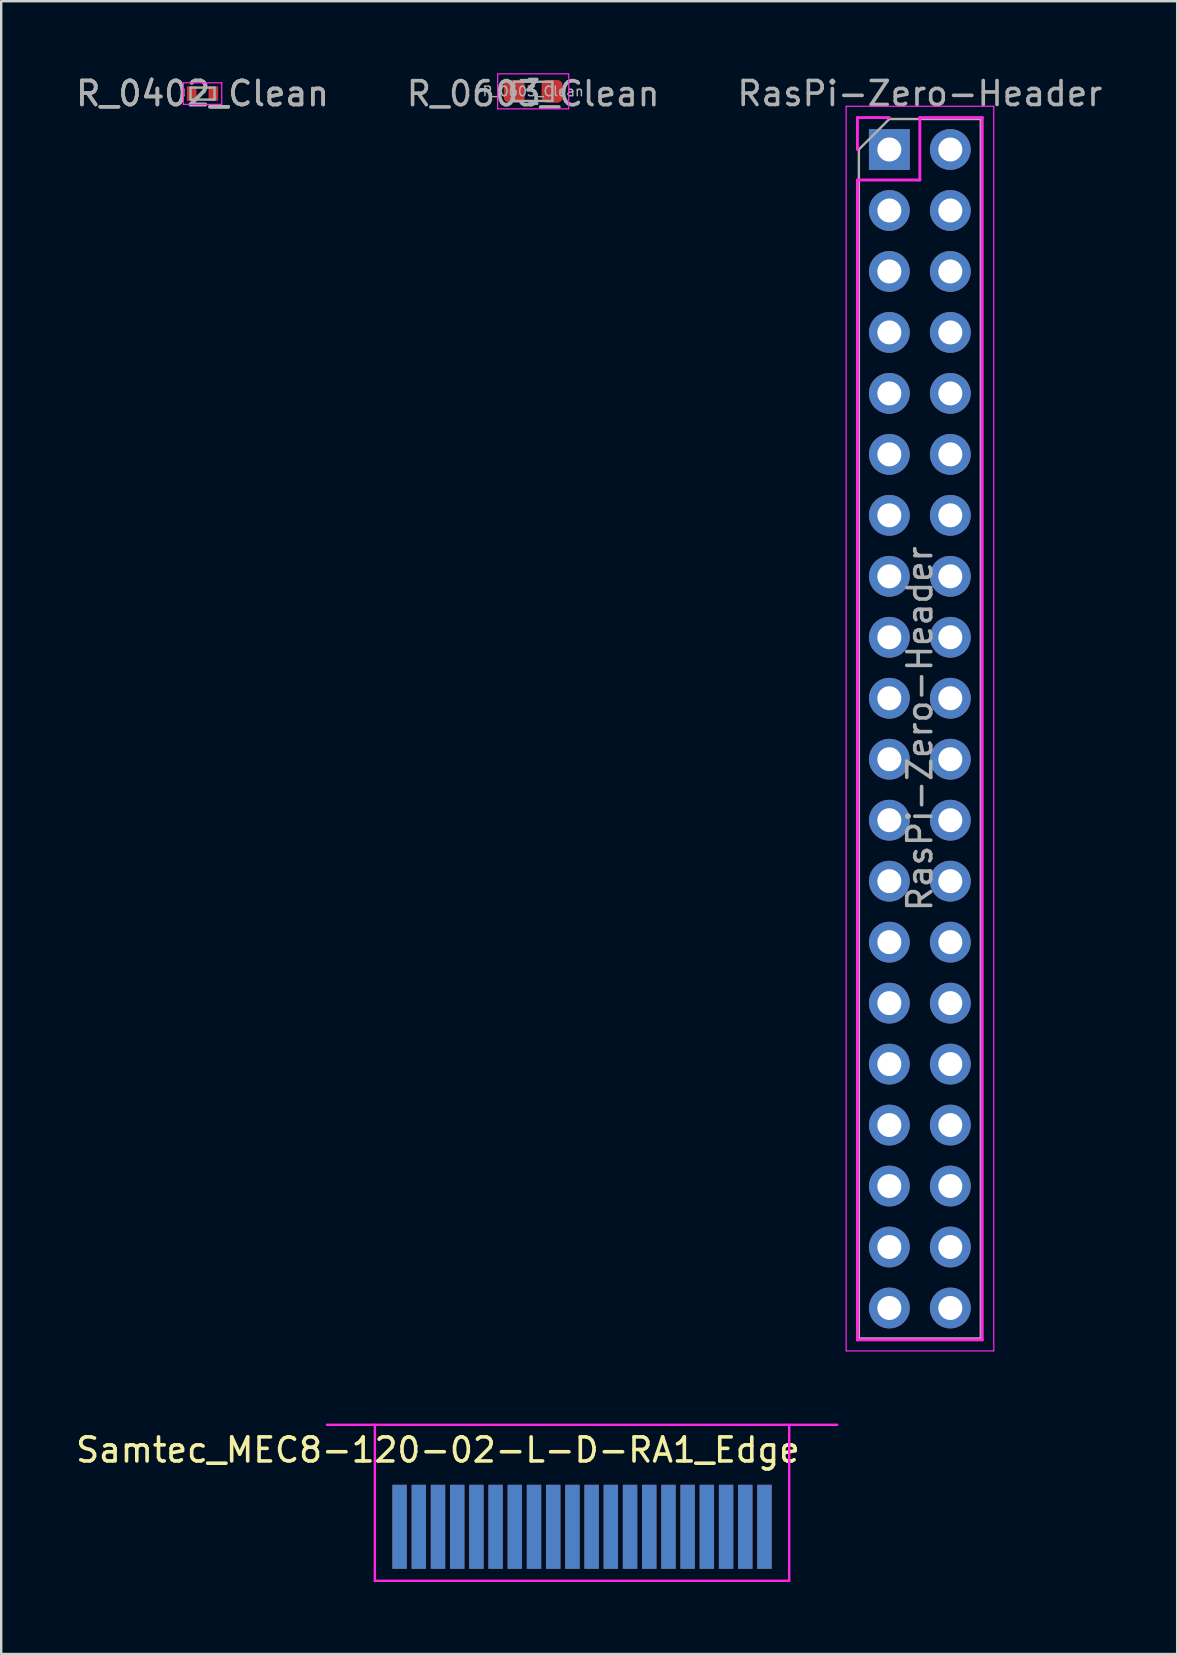
<source format=kicad_pcb>
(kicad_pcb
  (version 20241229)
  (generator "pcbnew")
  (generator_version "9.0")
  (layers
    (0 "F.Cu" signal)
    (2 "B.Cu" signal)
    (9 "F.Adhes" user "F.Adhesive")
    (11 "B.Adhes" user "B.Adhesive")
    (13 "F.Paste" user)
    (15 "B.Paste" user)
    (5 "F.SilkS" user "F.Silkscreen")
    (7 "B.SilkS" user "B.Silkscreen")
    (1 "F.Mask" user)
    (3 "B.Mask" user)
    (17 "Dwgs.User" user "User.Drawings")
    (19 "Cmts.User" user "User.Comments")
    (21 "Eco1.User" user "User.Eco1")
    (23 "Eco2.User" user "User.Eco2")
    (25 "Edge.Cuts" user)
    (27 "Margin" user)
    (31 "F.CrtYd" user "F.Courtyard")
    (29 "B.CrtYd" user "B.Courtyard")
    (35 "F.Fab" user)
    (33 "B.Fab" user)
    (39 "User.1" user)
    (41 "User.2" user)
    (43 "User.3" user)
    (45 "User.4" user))
  (footprint "RasPi-Zero-Header"
    (layer "F.Cu")
    (at 33.998 3.178)
    (property "Reference" "RasPi-Zero-Header" (at 1.27 -2.33 0) (layer "F.Fab") (effects (font (size 1 1) (thickness 0.15))))
    (attr through_hole)
    (fp_line (start -1.8 -1.8) (end -1.8 50.05) (stroke (width 0.05) (type solid)) (layer "F.CrtYd"))
    (fp_line (start -1.8 50.05) (end 4.35 50.05) (stroke (width 0.05) (type solid)) (layer "F.CrtYd"))
    (fp_line (start -1.33 -1.33) (end 0 -1.33) (stroke (width 0.12) (type solid)) (layer "F.CrtYd"))
    (fp_line (start -1.33 0) (end -1.33 -1.33) (stroke (width 0.12) (type solid)) (layer "F.CrtYd"))
    (fp_line (start -1.33 1.27) (end -1.33 49.59) (stroke (width 0.12) (type solid)) (layer "F.CrtYd"))
    (fp_line (start -1.33 1.27) (end 1.27 1.27) (stroke (width 0.12) (type solid)) (layer "F.CrtYd"))
    (fp_line (start -1.33 49.59) (end 3.87 49.59) (stroke (width 0.12) (type solid)) (layer "F.CrtYd"))
    (fp_line (start 1.27 -1.33) (end 3.87 -1.33) (stroke (width 0.12) (type solid)) (layer "F.CrtYd"))
    (fp_line (start 1.27 1.27) (end 1.27 -1.33) (stroke (width 0.12) (type solid)) (layer "F.CrtYd"))
    (fp_line (start 3.87 -1.33) (end 3.87 49.59) (stroke (width 0.12) (type solid)) (layer "F.CrtYd"))
    (fp_line (start 4.35 -1.8) (end -1.8 -1.8) (stroke (width 0.05) (type solid)) (layer "F.CrtYd"))
    (fp_line (start 4.35 50.05) (end 4.35 -1.8) (stroke (width 0.05) (type solid)) (layer "F.CrtYd"))
    (fp_line (start -1.27 0) (end 0 -1.27) (stroke (width 0.1) (type solid)) (layer "F.Fab"))
    (fp_line (start -1.27 49.53) (end -1.27 0) (stroke (width 0.1) (type solid)) (layer "F.Fab"))
    (fp_line (start 0 -1.27) (end 3.81 -1.27) (stroke (width 0.1) (type solid)) (layer "F.Fab"))
    (fp_line (start 3.81 -1.27) (end 3.81 49.53) (stroke (width 0.1) (type solid)) (layer "F.Fab"))
    (fp_line (start 3.81 49.53) (end -1.27 49.53) (stroke (width 0.1) (type solid)) (layer "F.Fab"))
    (fp_text user "${REFERENCE}" (at 1.27 24.13 90) (layer "F.Fab") (effects (font (size 1 1) (thickness 0.15))))
    (pad "1" thru_hole rect (at 0 0) (size 1.7 1.7) (drill 1) (layers "*.Cu" "*.Mask"))
    (pad "2" thru_hole oval (at 2.54 0) (size 1.7 1.7) (drill 1) (layers "*.Cu" "*.Mask"))
    (pad "3" thru_hole oval (at 0 2.54) (size 1.7 1.7) (drill 1) (layers "*.Cu" "*.Mask"))
    (pad "4" thru_hole oval (at 2.54 2.54) (size 1.7 1.7) (drill 1) (layers "*.Cu" "*.Mask"))
    (pad "5" thru_hole oval (at 0 5.08) (size 1.7 1.7) (drill 1) (layers "*.Cu" "*.Mask"))
    (pad "6" thru_hole oval (at 2.54 5.08) (size 1.7 1.7) (drill 1) (layers "*.Cu" "*.Mask"))
    (pad "7" thru_hole oval (at 0 7.62) (size 1.7 1.7) (drill 1) (layers "*.Cu" "*.Mask"))
    (pad "8" thru_hole oval (at 2.54 7.62) (size 1.7 1.7) (drill 1) (layers "*.Cu" "*.Mask"))
    (pad "9" thru_hole oval (at 0 10.16) (size 1.7 1.7) (drill 1) (layers "*.Cu" "*.Mask"))
    (pad "10" thru_hole oval (at 2.54 10.16) (size 1.7 1.7) (drill 1) (layers "*.Cu" "*.Mask"))
    (pad "11" thru_hole oval (at 0 12.7) (size 1.7 1.7) (drill 1) (layers "*.Cu" "*.Mask"))
    (pad "12" thru_hole oval (at 2.54 12.7) (size 1.7 1.7) (drill 1) (layers "*.Cu" "*.Mask"))
    (pad "13" thru_hole oval (at 0 15.24) (size 1.7 1.7) (drill 1) (layers "*.Cu" "*.Mask"))
    (pad "14" thru_hole oval (at 2.54 15.24) (size 1.7 1.7) (drill 1) (layers "*.Cu" "*.Mask"))
    (pad "15" thru_hole oval (at 0 17.78) (size 1.7 1.7) (drill 1) (layers "*.Cu" "*.Mask"))
    (pad "16" thru_hole oval (at 2.54 17.78) (size 1.7 1.7) (drill 1) (layers "*.Cu" "*.Mask"))
    (pad "17" thru_hole oval (at 0 20.32) (size 1.7 1.7) (drill 1) (layers "*.Cu" "*.Mask"))
    (pad "18" thru_hole oval (at 2.54 20.32) (size 1.7 1.7) (drill 1) (layers "*.Cu" "*.Mask"))
    (pad "19" thru_hole oval (at 0 22.86) (size 1.7 1.7) (drill 1) (layers "*.Cu" "*.Mask"))
    (pad "20" thru_hole oval (at 2.54 22.86) (size 1.7 1.7) (drill 1) (layers "*.Cu" "*.Mask"))
    (pad "21" thru_hole oval (at 0 25.4) (size 1.7 1.7) (drill 1) (layers "*.Cu" "*.Mask"))
    (pad "22" thru_hole oval (at 2.54 25.4) (size 1.7 1.7) (drill 1) (layers "*.Cu" "*.Mask"))
    (pad "23" thru_hole oval (at 0 27.94) (size 1.7 1.7) (drill 1) (layers "*.Cu" "*.Mask"))
    (pad "24" thru_hole oval (at 2.54 27.94) (size 1.7 1.7) (drill 1) (layers "*.Cu" "*.Mask"))
    (pad "25" thru_hole oval (at 0 30.48) (size 1.7 1.7) (drill 1) (layers "*.Cu" "*.Mask"))
    (pad "26" thru_hole oval (at 2.54 30.48) (size 1.7 1.7) (drill 1) (layers "*.Cu" "*.Mask"))
    (pad "27" thru_hole oval (at 0 33.02) (size 1.7 1.7) (drill 1) (layers "*.Cu" "*.Mask"))
    (pad "28" thru_hole oval (at 2.54 33.02) (size 1.7 1.7) (drill 1) (layers "*.Cu" "*.Mask"))
    (pad "29" thru_hole oval (at 0 35.56) (size 1.7 1.7) (drill 1) (layers "*.Cu" "*.Mask"))
    (pad "30" thru_hole oval (at 2.54 35.56) (size 1.7 1.7) (drill 1) (layers "*.Cu" "*.Mask"))
    (pad "31" thru_hole oval (at 0 38.1) (size 1.7 1.7) (drill 1) (layers "*.Cu" "*.Mask"))
    (pad "32" thru_hole oval (at 2.54 38.1) (size 1.7 1.7) (drill 1) (layers "*.Cu" "*.Mask"))
    (pad "33" thru_hole oval (at 0 40.64) (size 1.7 1.7) (drill 1) (layers "*.Cu" "*.Mask"))
    (pad "34" thru_hole oval (at 2.54 40.64) (size 1.7 1.7) (drill 1) (layers "*.Cu" "*.Mask"))
    (pad "35" thru_hole oval (at 0 43.18) (size 1.7 1.7) (drill 1) (layers "*.Cu" "*.Mask"))
    (pad "36" thru_hole oval (at 2.54 43.18) (size 1.7 1.7) (drill 1) (layers "*.Cu" "*.Mask"))
    (pad "37" thru_hole oval (at 0 45.72) (size 1.7 1.7) (drill 1) (layers "*.Cu" "*.Mask"))
    (pad "38" thru_hole oval (at 2.54 45.72) (size 1.7 1.7) (drill 1) (layers "*.Cu" "*.Mask"))
    (pad "39" thru_hole oval (at 0 48.26) (size 1.7 1.7) (drill 1) (layers "*.Cu" "*.Mask"))
    (pad "40" thru_hole oval (at 2.54 48.26) (size 1.7 1.7) (drill 1) (layers "*.Cu" "*.Mask")))
  (footprint "R_0402_Clean"
    (layer "F.Cu")
    (at 5.387 0.848)
    (property "Reference" "R_0402_Clean" (at 0 0 0) (layer "F.Fab") (effects (font (size 1 1) (thickness 0.15))))
    (attr smd)
    (fp_line (start -0.8 -0.45) (end -0.8 0.45) (stroke (width 0.05) (type solid)) (layer "F.CrtYd"))
    (fp_line (start -0.8 -0.45) (end 0.8 -0.45) (stroke (width 0.05) (type solid)) (layer "F.CrtYd"))
    (fp_line (start 0.8 0.45) (end -0.8 0.45) (stroke (width 0.05) (type solid)) (layer "F.CrtYd"))
    (fp_line (start 0.8 0.45) (end 0.8 -0.45) (stroke (width 0.05) (type solid)) (layer "F.CrtYd"))
    (fp_line (start -0.5 -0.25) (end 0.5 -0.25) (stroke (width 0.1) (type solid)) (layer "F.Fab"))
    (fp_line (start -0.5 0.25) (end -0.5 -0.25) (stroke (width 0.1) (type solid)) (layer "F.Fab"))
    (fp_line (start 0.5 -0.25) (end 0.5 0.25) (stroke (width 0.1) (type solid)) (layer "F.Fab"))
    (fp_line (start 0.5 0.25) (end -0.5 0.25) (stroke (width 0.1) (type solid)) (layer "F.Fab"))
    (fp_text user "${REFERENCE}" (at 0 0 0) (layer "F.Fab") (effects (font (size 1 1) (thickness 0.15))))
    (pad "1" smd rect (at -0.45 0) (size 0.4 0.6) (layers "F.Cu" "F.Mask" "F.Paste"))
    (pad "2" smd rect (at 0.45 0) (size 0.4 0.6) (layers "F.Cu" "F.Mask" "F.Paste")))
  (footprint "R_0603_Clean"
    (layer "F.Cu")
    (at 19.161 0.755)
    (property "Reference" "R_0603_Clean" (at 0 0.1 0) (layer "F.Fab") (effects (font (size 1 1) (thickness 0.15))))
    (attr smd)
    (fp_line (start -1.48 -0.73) (end 1.48 -0.73) (stroke (width 0.05) (type solid)) (layer "F.CrtYd"))
    (fp_line (start -1.48 0.73) (end -1.48 -0.73) (stroke (width 0.05) (type solid)) (layer "F.CrtYd"))
    (fp_line (start 1.48 -0.73) (end 1.48 0.73) (stroke (width 0.05) (type solid)) (layer "F.CrtYd"))
    (fp_line (start 1.48 0.73) (end -1.48 0.73) (stroke (width 0.05) (type solid)) (layer "F.CrtYd"))
    (fp_line (start -0.8 -0.4) (end 0.8 -0.4) (stroke (width 0.1) (type solid)) (layer "F.Fab"))
    (fp_line (start -0.8 0.4) (end -0.8 -0.4) (stroke (width 0.1) (type solid)) (layer "F.Fab"))
    (fp_line (start -0.163 -0.51) (end 0.163 -0.51) (stroke (width 0.12) (type solid)) (layer "F.Fab"))
    (fp_line (start -0.163 0.51) (end 0.163 0.51) (stroke (width 0.12) (type solid)) (layer "F.Fab"))
    (fp_line (start 0.8 -0.4) (end 0.8 0.4) (stroke (width 0.1) (type solid)) (layer "F.Fab"))
    (fp_line (start 0.8 0.4) (end -0.8 0.4) (stroke (width 0.1) (type solid)) (layer "F.Fab"))
    (fp_text user "${REFERENCE}" (at 0 0 0) (layer "F.Fab") (effects (font (size 0.4 0.4) (thickness 0.06))))
    (pad "1" smd roundrect (at -0.788 0) (size 0.875 0.95) (layers "F.Cu" "F.Mask" "F.Paste") (roundrect_rratio 0.25))
    (pad "2" smd roundrect (at 0.788 0) (size 0.875 0.95) (layers "F.Cu" "F.Mask" "F.Paste") (roundrect_rratio 0.25)))
  (footprint "Samtec_MEC8-120-02-L-D-RA1_Edge"
    (layer "F.Cu")
    (at 13.596 62.153)
    (property "Reference" "Samtec_MEC8-120-02-L-D-RA1_Edge" (at 1.6 -4.8 0) (layer "F.SilkS") (effects (font (size 1 1) (thickness 0.15))))
    (attr through_hole)
    (fp_line (start -3.03 -5.85) (end 18.23 -5.85) (stroke (width 0.1) (type solid)) (layer "F.CrtYd"))
    (fp_line (start -1.03 -5.85) (end -1.03 0.65) (stroke (width 0.1) (type solid)) (layer "F.CrtYd"))
    (fp_line (start -1.03 0.65) (end 16.23 0.65) (stroke (width 0.1) (type solid)) (layer "F.CrtYd"))
    (fp_line (start 16.23 -5.85) (end 16.23 0.65) (stroke (width 0.1) (type solid)) (layer "F.CrtYd"))
    (pad "1" smd rect (at 0 -1.6) (size 0.6 3.5) (layers "F.Cu" "F.Mask" "F.Paste"))
    (pad "2" smd rect (at 0 -1.6) (size 0.6 3.5) (layers "B.Cu" "B.Mask" "B.Paste"))
    (pad "3" smd rect (at 0.8 -1.6) (size 0.6 3.5) (layers "F.Cu" "F.Mask" "F.Paste"))
    (pad "4" smd rect (at 0.8 -1.6) (size 0.6 3.5) (layers "B.Cu" "B.Mask" "B.Paste"))
    (pad "5" smd rect (at 1.6 -1.6) (size 0.6 3.5) (layers "F.Cu" "F.Mask" "F.Paste"))
    (pad "6" smd rect (at 1.6 -1.6) (size 0.6 3.5) (layers "B.Cu" "B.Mask" "B.Paste"))
    (pad "7" smd rect (at 2.4 -1.6) (size 0.6 3.5) (layers "F.Cu" "F.Mask" "F.Paste"))
    (pad "8" smd rect (at 2.4 -1.6) (size 0.6 3.5) (layers "B.Cu" "B.Mask" "B.Paste"))
    (pad "9" smd rect (at 3.2 -1.6) (size 0.6 3.5) (layers "F.Cu" "F.Mask" "F.Paste"))
    (pad "10" smd rect (at 3.2 -1.6) (size 0.6 3.5) (layers "B.Cu" "B.Mask" "B.Paste"))
    (pad "11" smd rect (at 4 -1.6) (size 0.6 3.5) (layers "F.Cu" "F.Mask" "F.Paste"))
    (pad "12" smd rect (at 4 -1.6) (size 0.6 3.5) (layers "B.Cu" "B.Mask" "B.Paste"))
    (pad "13" smd rect (at 4.8 -1.6) (size 0.6 3.5) (layers "F.Cu" "F.Mask" "F.Paste"))
    (pad "14" smd rect (at 4.8 -1.6) (size 0.6 3.5) (layers "B.Cu" "B.Mask" "B.Paste"))
    (pad "15" smd rect (at 5.6 -1.6) (size 0.6 3.5) (layers "F.Cu" "F.Mask" "F.Paste"))
    (pad "16" smd rect (at 5.6 -1.6) (size 0.6 3.5) (layers "B.Cu" "B.Mask" "B.Paste"))
    (pad "17" smd rect (at 6.4 -1.6) (size 0.6 3.5) (layers "F.Cu" "F.Mask" "F.Paste"))
    (pad "18" smd rect (at 6.4 -1.6) (size 0.6 3.5) (layers "B.Cu" "B.Mask" "B.Paste"))
    (pad "19" smd rect (at 7.2 -1.6) (size 0.6 3.5) (layers "F.Cu" "F.Mask" "F.Paste"))
    (pad "20" smd rect (at 7.2 -1.6) (size 0.6 3.5) (layers "B.Cu" "B.Mask" "B.Paste"))
    (pad "21" smd rect (at 8 -1.6) (size 0.6 3.5) (layers "F.Cu" "F.Mask" "F.Paste"))
    (pad "22" smd rect (at 8 -1.6) (size 0.6 3.5) (layers "B.Cu" "B.Mask" "B.Paste"))
    (pad "23" smd rect (at 8.8 -1.6) (size 0.6 3.5) (layers "F.Cu" "F.Mask" "F.Paste"))
    (pad "24" smd rect (at 8.8 -1.6) (size 0.6 3.5) (layers "B.Cu" "B.Mask" "B.Paste"))
    (pad "25" smd rect (at 9.6 -1.6) (size 0.6 3.5) (layers "F.Cu" "F.Mask" "F.Paste"))
    (pad "26" smd rect (at 9.6 -1.6) (size 0.6 3.5) (layers "B.Cu" "B.Mask" "B.Paste"))
    (pad "27" smd rect (at 10.4 -1.6) (size 0.6 3.5) (layers "F.Cu" "F.Mask" "F.Paste"))
    (pad "28" smd rect (at 10.4 -1.6) (size 0.6 3.5) (layers "B.Cu" "B.Mask" "B.Paste"))
    (pad "29" smd rect (at 11.2 -1.6) (size 0.6 3.5) (layers "F.Cu" "F.Mask" "F.Paste"))
    (pad "30" smd rect (at 11.2 -1.6) (size 0.6 3.5) (layers "B.Cu" "B.Mask" "B.Paste"))
    (pad "31" smd rect (at 12 -1.6) (size 0.6 3.5) (layers "F.Cu" "F.Mask" "F.Paste"))
    (pad "32" smd rect (at 12 -1.6) (size 0.6 3.5) (layers "B.Cu" "B.Mask" "B.Paste"))
    (pad "33" smd rect (at 12.8 -1.6) (size 0.6 3.5) (layers "F.Cu" "F.Mask" "F.Paste"))
    (pad "34" smd rect (at 12.8 -1.6) (size 0.6 3.5) (layers "B.Cu" "B.Mask" "B.Paste"))
    (pad "35" smd rect (at 13.6 -1.6) (size 0.6 3.5) (layers "F.Cu" "F.Mask" "F.Paste"))
    (pad "36" smd rect (at 13.6 -1.6) (size 0.6 3.5) (layers "B.Cu" "B.Mask" "B.Paste"))
    (pad "37" smd rect (at 14.4 -1.6) (size 0.6 3.5) (layers "F.Cu" "F.Mask" "F.Paste"))
    (pad "38" smd rect (at 14.4 -1.6) (size 0.6 3.5) (layers "B.Cu" "B.Mask" "B.Paste"))
    (pad "39" smd rect (at 15.2 -1.6) (size 0.6 3.5) (layers "F.Cu" "F.Mask" "F.Paste"))
    (pad "40" smd rect (at 15.2 -1.6) (size 0.6 3.5) (layers "B.Cu" "B.Mask" "B.Paste")))
  (gr_rect
    (start -3 -3)
    (end 45.988 65.853)
    (stroke (width 0.1) (type default))
    (fill no)
    (layer "Edge.Cuts")))
</source>
